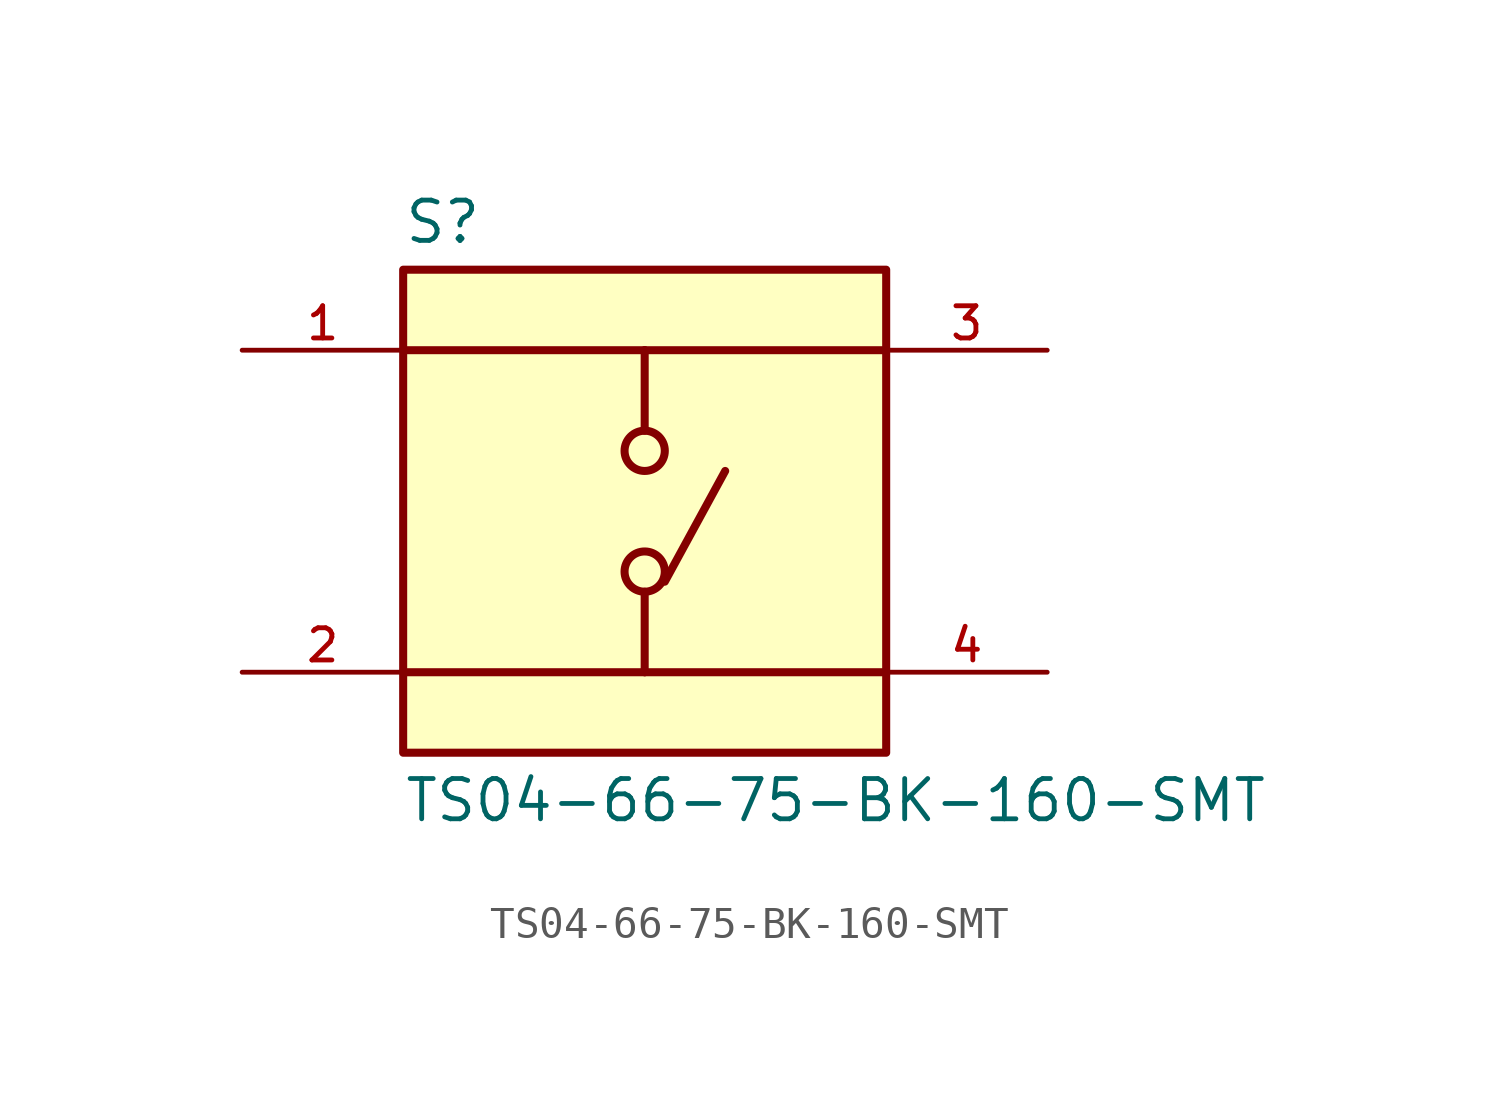
<source format=kicad_sym>
(kicad_symbol_lib
  (version 20211014)
  (generator kicad_symbol_editor)
  (symbol "TS04-66-75-BK-160-SMT"
    (pin_names
      (offset 1.016))
    (property "Reference" "S"
      (at -7.62 8.382 0)
      (effects (font (size 1.27 1.27)) (justify bottom left)))
    (property "Value" "TS04-66-75-BK-160-SMT"
      (at -7.62 -8.382 0)
      (effects (font (size 1.27 1.27)) (justify top left)))
    (symbol "TS04-66-75-BK-160-SMT_0_0"
      (polyline (pts (xy 0.0 5.08) (xy 0.0 2.54)) (stroke (width 0.254)))
      (polyline (pts (xy 0.0 -2.54) (xy 0.0 -5.08)) (stroke (width 0.254)))
      (polyline (pts (xy 0.0 5.08) (xy -7.62 5.08)) (stroke (width 0.254)))
      (polyline (pts (xy 0.0 5.08) (xy 7.62 5.08)) (stroke (width 0.254)))
      (polyline (pts (xy 0.0 -5.08) (xy -7.62 -5.08)) (stroke (width 0.254)))
      (polyline (pts (xy 0.0 -5.08) (xy 7.62 -5.08)) (stroke (width 0.254)))
      (circle (center 0.0 -1.905) (radius 0.635) (stroke (width 0.254)) (fill (type none)))
      (circle (center 0.0 1.905) (radius 0.635) (stroke (width 0.254)) (fill (type none)))
      (polyline (pts (xy 0.635 -2.223) (xy 2.54 1.27)) (stroke (width 0.254)))
      (rectangle (start -7.62 -7.62) (end 7.62 7.62) (stroke (width 0.254)) (fill (type background)))
      (pin passive line (at -12.7 5.08 0) (length 5.08) (name "~" (effects (font (size 1.016 1.016)))) (number "1" (effects (font (size 1.016 1.016)))))
      (pin passive line (at -12.7 -5.08 0) (length 5.08) (name "~" (effects (font (size 1.016 1.016)))) (number "2" (effects (font (size 1.016 1.016)))))
      (pin passive line (at 12.7 5.08 180.0) (length 5.08) (name "~" (effects (font (size 1.016 1.016)))) (number "3" (effects (font (size 1.016 1.016)))))
      (pin passive line (at 12.7 -5.08 180.0) (length 5.08) (name "~" (effects (font (size 1.016 1.016)))) (number "4" (effects (font (size 1.016 1.016))))))))
</source>
